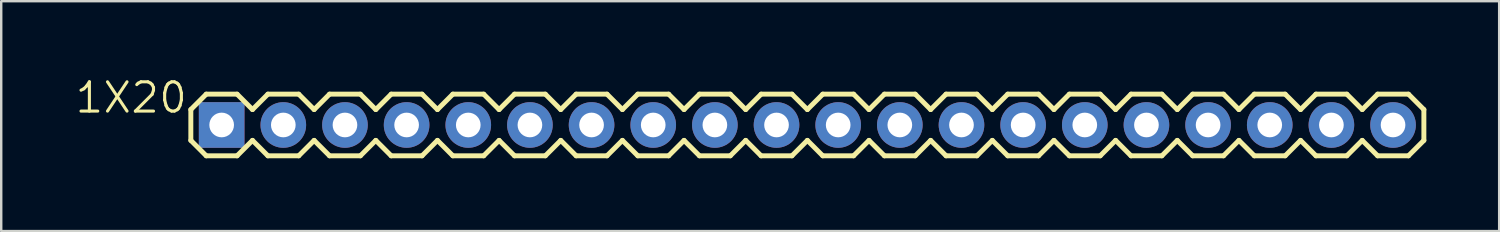
<source format=kicad_pcb>
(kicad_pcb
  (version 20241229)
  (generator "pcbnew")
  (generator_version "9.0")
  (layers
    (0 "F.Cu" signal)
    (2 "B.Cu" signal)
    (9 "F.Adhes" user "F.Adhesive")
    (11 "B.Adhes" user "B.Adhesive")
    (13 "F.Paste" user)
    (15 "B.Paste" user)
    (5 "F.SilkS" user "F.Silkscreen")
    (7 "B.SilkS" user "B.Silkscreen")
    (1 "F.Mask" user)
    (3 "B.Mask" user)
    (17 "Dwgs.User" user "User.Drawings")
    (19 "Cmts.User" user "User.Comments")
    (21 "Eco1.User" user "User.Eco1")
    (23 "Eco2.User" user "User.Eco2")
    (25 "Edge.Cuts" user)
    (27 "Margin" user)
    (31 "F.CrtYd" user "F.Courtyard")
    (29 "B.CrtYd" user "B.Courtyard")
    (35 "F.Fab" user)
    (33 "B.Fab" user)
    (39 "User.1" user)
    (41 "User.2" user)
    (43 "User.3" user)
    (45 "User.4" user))
  (footprint "1X20"
    (layer "F.Cu")
    (at 6.082 2.099)
    (property "Reference" "1X20" (at -1.346 -1.829 0) (layer "F.SilkS") (effects (font (size 1.206 1.206) (thickness 0.127)) (justify right top)))
    (attr through_hole)
    (fp_line (start -1.27 -0.635) (end -1.27 0.635) (stroke (width 0.203) (type solid)) (layer "F.SilkS"))
    (fp_line (start -1.27 0.635) (end -0.635 1.27) (stroke (width 0.203) (type solid)) (layer "F.SilkS"))
    (fp_line (start -0.635 -1.27) (end -1.27 -0.635) (stroke (width 0.203) (type solid)) (layer "F.SilkS"))
    (fp_line (start -0.635 -1.27) (end 0.635 -1.27) (stroke (width 0.203) (type solid)) (layer "F.SilkS"))
    (fp_line (start 0.635 -1.27) (end 1.27 -0.635) (stroke (width 0.203) (type solid)) (layer "F.SilkS"))
    (fp_line (start 0.635 1.27) (end -0.635 1.27) (stroke (width 0.203) (type solid)) (layer "F.SilkS"))
    (fp_line (start 1.27 -0.635) (end 1.905 -1.27) (stroke (width 0.203) (type solid)) (layer "F.SilkS"))
    (fp_line (start 1.27 0.635) (end 0.635 1.27) (stroke (width 0.203) (type solid)) (layer "F.SilkS"))
    (fp_line (start 1.905 -1.27) (end 3.175 -1.27) (stroke (width 0.203) (type solid)) (layer "F.SilkS"))
    (fp_line (start 1.905 1.27) (end 1.27 0.635) (stroke (width 0.203) (type solid)) (layer "F.SilkS"))
    (fp_line (start 3.175 -1.27) (end 3.81 -0.635) (stroke (width 0.203) (type solid)) (layer "F.SilkS"))
    (fp_line (start 3.175 1.27) (end 1.905 1.27) (stroke (width 0.203) (type solid)) (layer "F.SilkS"))
    (fp_line (start 3.81 -0.635) (end 4.445 -1.27) (stroke (width 0.203) (type solid)) (layer "F.SilkS"))
    (fp_line (start 3.81 0.635) (end 3.175 1.27) (stroke (width 0.203) (type solid)) (layer "F.SilkS"))
    (fp_line (start 4.445 -1.27) (end 5.715 -1.27) (stroke (width 0.203) (type solid)) (layer "F.SilkS"))
    (fp_line (start 4.445 1.27) (end 3.81 0.635) (stroke (width 0.203) (type solid)) (layer "F.SilkS"))
    (fp_line (start 5.715 -1.27) (end 6.35 -0.635) (stroke (width 0.203) (type solid)) (layer "F.SilkS"))
    (fp_line (start 5.715 1.27) (end 4.445 1.27) (stroke (width 0.203) (type solid)) (layer "F.SilkS"))
    (fp_line (start 6.35 0.635) (end 5.715 1.27) (stroke (width 0.203) (type solid)) (layer "F.SilkS"))
    (fp_line (start 6.35 0.635) (end 6.985 1.27) (stroke (width 0.203) (type solid)) (layer "F.SilkS"))
    (fp_line (start 6.985 -1.27) (end 6.35 -0.635) (stroke (width 0.203) (type solid)) (layer "F.SilkS"))
    (fp_line (start 6.985 -1.27) (end 8.255 -1.27) (stroke (width 0.203) (type solid)) (layer "F.SilkS"))
    (fp_line (start 8.255 -1.27) (end 8.89 -0.635) (stroke (width 0.203) (type solid)) (layer "F.SilkS"))
    (fp_line (start 8.255 1.27) (end 6.985 1.27) (stroke (width 0.203) (type solid)) (layer "F.SilkS"))
    (fp_line (start 8.89 -0.635) (end 9.525 -1.27) (stroke (width 0.203) (type solid)) (layer "F.SilkS"))
    (fp_line (start 8.89 0.635) (end 8.255 1.27) (stroke (width 0.203) (type solid)) (layer "F.SilkS"))
    (fp_line (start 9.525 -1.27) (end 10.795 -1.27) (stroke (width 0.203) (type solid)) (layer "F.SilkS"))
    (fp_line (start 9.525 1.27) (end 8.89 0.635) (stroke (width 0.203) (type solid)) (layer "F.SilkS"))
    (fp_line (start 10.795 -1.27) (end 11.43 -0.635) (stroke (width 0.203) (type solid)) (layer "F.SilkS"))
    (fp_line (start 10.795 1.27) (end 9.525 1.27) (stroke (width 0.203) (type solid)) (layer "F.SilkS"))
    (fp_line (start 11.43 -0.635) (end 12.065 -1.27) (stroke (width 0.203) (type solid)) (layer "F.SilkS"))
    (fp_line (start 11.43 0.635) (end 10.795 1.27) (stroke (width 0.203) (type solid)) (layer "F.SilkS"))
    (fp_line (start 12.065 -1.27) (end 13.335 -1.27) (stroke (width 0.203) (type solid)) (layer "F.SilkS"))
    (fp_line (start 12.065 1.27) (end 11.43 0.635) (stroke (width 0.203) (type solid)) (layer "F.SilkS"))
    (fp_line (start 13.335 -1.27) (end 13.97 -0.635) (stroke (width 0.203) (type solid)) (layer "F.SilkS"))
    (fp_line (start 13.335 1.27) (end 12.065 1.27) (stroke (width 0.203) (type solid)) (layer "F.SilkS"))
    (fp_line (start 13.97 0.635) (end 13.335 1.27) (stroke (width 0.203) (type solid)) (layer "F.SilkS"))
    (fp_line (start 13.97 0.635) (end 14.605 1.27) (stroke (width 0.203) (type solid)) (layer "F.SilkS"))
    (fp_line (start 14.605 -1.27) (end 13.97 -0.635) (stroke (width 0.203) (type solid)) (layer "F.SilkS"))
    (fp_line (start 14.605 -1.27) (end 15.875 -1.27) (stroke (width 0.203) (type solid)) (layer "F.SilkS"))
    (fp_line (start 15.875 -1.27) (end 16.51 -0.635) (stroke (width 0.203) (type solid)) (layer "F.SilkS"))
    (fp_line (start 15.875 1.27) (end 14.605 1.27) (stroke (width 0.203) (type solid)) (layer "F.SilkS"))
    (fp_line (start 16.51 0.635) (end 15.875 1.27) (stroke (width 0.203) (type solid)) (layer "F.SilkS"))
    (fp_line (start 16.51 0.635) (end 17.145 1.27) (stroke (width 0.203) (type solid)) (layer "F.SilkS"))
    (fp_line (start 17.145 -1.27) (end 16.51 -0.635) (stroke (width 0.203) (type solid)) (layer "F.SilkS"))
    (fp_line (start 17.145 -1.27) (end 18.415 -1.27) (stroke (width 0.203) (type solid)) (layer "F.SilkS"))
    (fp_line (start 18.415 -1.27) (end 19.05 -0.635) (stroke (width 0.203) (type solid)) (layer "F.SilkS"))
    (fp_line (start 18.415 1.27) (end 17.145 1.27) (stroke (width 0.203) (type solid)) (layer "F.SilkS"))
    (fp_line (start 19.05 -0.635) (end 19.685 -1.27) (stroke (width 0.203) (type solid)) (layer "F.SilkS"))
    (fp_line (start 19.05 0.635) (end 18.415 1.27) (stroke (width 0.203) (type solid)) (layer "F.SilkS"))
    (fp_line (start 19.685 -1.27) (end 20.955 -1.27) (stroke (width 0.203) (type solid)) (layer "F.SilkS"))
    (fp_line (start 19.685 1.27) (end 19.05 0.635) (stroke (width 0.203) (type solid)) (layer "F.SilkS"))
    (fp_line (start 20.955 -1.27) (end 21.59 -0.635) (stroke (width 0.203) (type solid)) (layer "F.SilkS"))
    (fp_line (start 20.955 1.27) (end 19.685 1.27) (stroke (width 0.203) (type solid)) (layer "F.SilkS"))
    (fp_line (start 21.59 -0.635) (end 22.225 -1.27) (stroke (width 0.203) (type solid)) (layer "F.SilkS"))
    (fp_line (start 21.59 0.635) (end 20.955 1.27) (stroke (width 0.203) (type solid)) (layer "F.SilkS"))
    (fp_line (start 22.225 -1.27) (end 23.495 -1.27) (stroke (width 0.203) (type solid)) (layer "F.SilkS"))
    (fp_line (start 22.225 1.27) (end 21.59 0.635) (stroke (width 0.203) (type solid)) (layer "F.SilkS"))
    (fp_line (start 23.495 -1.27) (end 24.13 -0.635) (stroke (width 0.203) (type solid)) (layer "F.SilkS"))
    (fp_line (start 23.495 1.27) (end 22.225 1.27) (stroke (width 0.203) (type solid)) (layer "F.SilkS"))
    (fp_line (start 24.13 0.635) (end 23.495 1.27) (stroke (width 0.203) (type solid)) (layer "F.SilkS"))
    (fp_line (start 24.13 0.635) (end 24.765 1.27) (stroke (width 0.203) (type solid)) (layer "F.SilkS"))
    (fp_line (start 24.765 -1.27) (end 24.13 -0.635) (stroke (width 0.203) (type solid)) (layer "F.SilkS"))
    (fp_line (start 24.765 -1.27) (end 26.035 -1.27) (stroke (width 0.203) (type solid)) (layer "F.SilkS"))
    (fp_line (start 26.035 -1.27) (end 26.67 -0.635) (stroke (width 0.203) (type solid)) (layer "F.SilkS"))
    (fp_line (start 26.035 1.27) (end 24.765 1.27) (stroke (width 0.203) (type solid)) (layer "F.SilkS"))
    (fp_line (start 26.67 -0.635) (end 27.305 -1.27) (stroke (width 0.203) (type solid)) (layer "F.SilkS"))
    (fp_line (start 26.67 0.635) (end 26.035 1.27) (stroke (width 0.203) (type solid)) (layer "F.SilkS"))
    (fp_line (start 27.305 -1.27) (end 28.575 -1.27) (stroke (width 0.203) (type solid)) (layer "F.SilkS"))
    (fp_line (start 27.305 1.27) (end 26.67 0.635) (stroke (width 0.203) (type solid)) (layer "F.SilkS"))
    (fp_line (start 28.575 -1.27) (end 29.21 -0.635) (stroke (width 0.203) (type solid)) (layer "F.SilkS"))
    (fp_line (start 28.575 1.27) (end 27.305 1.27) (stroke (width 0.203) (type solid)) (layer "F.SilkS"))
    (fp_line (start 29.21 -0.635) (end 29.845 -1.27) (stroke (width 0.203) (type solid)) (layer "F.SilkS"))
    (fp_line (start 29.21 0.635) (end 28.575 1.27) (stroke (width 0.203) (type solid)) (layer "F.SilkS"))
    (fp_line (start 29.845 -1.27) (end 31.115 -1.27) (stroke (width 0.203) (type solid)) (layer "F.SilkS"))
    (fp_line (start 29.845 1.27) (end 29.21 0.635) (stroke (width 0.203) (type solid)) (layer "F.SilkS"))
    (fp_line (start 31.115 -1.27) (end 31.75 -0.635) (stroke (width 0.203) (type solid)) (layer "F.SilkS"))
    (fp_line (start 31.115 1.27) (end 29.845 1.27) (stroke (width 0.203) (type solid)) (layer "F.SilkS"))
    (fp_line (start 31.75 0.635) (end 31.115 1.27) (stroke (width 0.203) (type solid)) (layer "F.SilkS"))
    (fp_line (start 31.75 0.635) (end 32.385 1.27) (stroke (width 0.203) (type solid)) (layer "F.SilkS"))
    (fp_line (start 32.385 -1.27) (end 31.75 -0.635) (stroke (width 0.203) (type solid)) (layer "F.SilkS"))
    (fp_line (start 32.385 -1.27) (end 33.655 -1.27) (stroke (width 0.203) (type solid)) (layer "F.SilkS"))
    (fp_line (start 33.655 -1.27) (end 34.29 -0.635) (stroke (width 0.203) (type solid)) (layer "F.SilkS"))
    (fp_line (start 33.655 1.27) (end 32.385 1.27) (stroke (width 0.203) (type solid)) (layer "F.SilkS"))
    (fp_line (start 34.29 0.635) (end 33.655 1.27) (stroke (width 0.203) (type solid)) (layer "F.SilkS"))
    (fp_line (start 34.29 0.635) (end 34.925 1.27) (stroke (width 0.203) (type solid)) (layer "F.SilkS"))
    (fp_line (start 34.925 -1.27) (end 34.29 -0.635) (stroke (width 0.203) (type solid)) (layer "F.SilkS"))
    (fp_line (start 34.925 -1.27) (end 36.195 -1.27) (stroke (width 0.203) (type solid)) (layer "F.SilkS"))
    (fp_line (start 36.195 -1.27) (end 36.83 -0.635) (stroke (width 0.203) (type solid)) (layer "F.SilkS"))
    (fp_line (start 36.195 1.27) (end 34.925 1.27) (stroke (width 0.203) (type solid)) (layer "F.SilkS"))
    (fp_line (start 36.83 0.635) (end 36.195 1.27) (stroke (width 0.203) (type solid)) (layer "F.SilkS"))
    (fp_line (start 36.83 0.635) (end 37.465 1.27) (stroke (width 0.203) (type solid)) (layer "F.SilkS"))
    (fp_line (start 37.465 -1.27) (end 36.83 -0.635) (stroke (width 0.203) (type solid)) (layer "F.SilkS"))
    (fp_line (start 37.465 -1.27) (end 38.735 -1.27) (stroke (width 0.203) (type solid)) (layer "F.SilkS"))
    (fp_line (start 38.735 -1.27) (end 39.37 -0.635) (stroke (width 0.203) (type solid)) (layer "F.SilkS"))
    (fp_line (start 38.735 1.27) (end 37.465 1.27) (stroke (width 0.203) (type solid)) (layer "F.SilkS"))
    (fp_line (start 39.37 0.635) (end 38.735 1.27) (stroke (width 0.203) (type solid)) (layer "F.SilkS"))
    (fp_line (start 39.37 0.635) (end 40.005 1.27) (stroke (width 0.203) (type solid)) (layer "F.SilkS"))
    (fp_line (start 40.005 -1.27) (end 39.37 -0.635) (stroke (width 0.203) (type solid)) (layer "F.SilkS"))
    (fp_line (start 40.005 -1.27) (end 41.275 -1.27) (stroke (width 0.203) (type solid)) (layer "F.SilkS"))
    (fp_line (start 41.275 -1.27) (end 41.91 -0.635) (stroke (width 0.203) (type solid)) (layer "F.SilkS"))
    (fp_line (start 41.275 1.27) (end 40.005 1.27) (stroke (width 0.203) (type solid)) (layer "F.SilkS"))
    (fp_line (start 41.91 0.635) (end 41.275 1.27) (stroke (width 0.203) (type solid)) (layer "F.SilkS"))
    (fp_line (start 41.91 0.635) (end 42.545 1.27) (stroke (width 0.203) (type solid)) (layer "F.SilkS"))
    (fp_line (start 42.545 -1.27) (end 41.91 -0.635) (stroke (width 0.203) (type solid)) (layer "F.SilkS"))
    (fp_line (start 42.545 -1.27) (end 43.815 -1.27) (stroke (width 0.203) (type solid)) (layer "F.SilkS"))
    (fp_line (start 43.815 -1.27) (end 44.45 -0.635) (stroke (width 0.203) (type solid)) (layer "F.SilkS"))
    (fp_line (start 43.815 1.27) (end 42.545 1.27) (stroke (width 0.203) (type solid)) (layer "F.SilkS"))
    (fp_line (start 44.45 0.635) (end 43.815 1.27) (stroke (width 0.203) (type solid)) (layer "F.SilkS"))
    (fp_line (start 44.45 0.635) (end 45.085 1.27) (stroke (width 0.203) (type solid)) (layer "F.SilkS"))
    (fp_line (start 45.085 -1.27) (end 44.45 -0.635) (stroke (width 0.203) (type solid)) (layer "F.SilkS"))
    (fp_line (start 45.085 -1.27) (end 46.355 -1.27) (stroke (width 0.203) (type solid)) (layer "F.SilkS"))
    (fp_line (start 46.355 -1.27) (end 46.99 -0.635) (stroke (width 0.203) (type solid)) (layer "F.SilkS"))
    (fp_line (start 46.355 1.27) (end 45.085 1.27) (stroke (width 0.203) (type solid)) (layer "F.SilkS"))
    (fp_line (start 46.99 0.635) (end 46.355 1.27) (stroke (width 0.203) (type solid)) (layer "F.SilkS"))
    (fp_line (start 46.99 0.635) (end 47.625 1.27) (stroke (width 0.203) (type solid)) (layer "F.SilkS"))
    (fp_line (start 47.625 -1.27) (end 46.99 -0.635) (stroke (width 0.203) (type solid)) (layer "F.SilkS"))
    (fp_line (start 47.625 -1.27) (end 48.895 -1.27) (stroke (width 0.203) (type solid)) (layer "F.SilkS"))
    (fp_line (start 48.895 -1.27) (end 49.53 -0.635) (stroke (width 0.203) (type solid)) (layer "F.SilkS"))
    (fp_line (start 48.895 1.27) (end 47.625 1.27) (stroke (width 0.203) (type solid)) (layer "F.SilkS"))
    (fp_line (start 49.53 -0.635) (end 49.53 0.635) (stroke (width 0.203) (type solid)) (layer "F.SilkS"))
    (fp_line (start 49.53 0.635) (end 48.895 1.27) (stroke (width 0.203) (type solid)) (layer "F.SilkS"))
    (fp_poly (pts (xy -0.254 0.254) (xy 0.254 0.254) (xy 0.254 -0.254) (xy -0.254 -0.254)) (stroke (width 0.1) (type solid)) (fill no) (layer "F.Fab"))
    (fp_poly (pts (xy 2.286 0.254) (xy 2.794 0.254) (xy 2.794 -0.254) (xy 2.286 -0.254)) (stroke (width 0.1) (type solid)) (fill no) (layer "F.Fab"))
    (fp_poly (pts (xy 4.826 0.254) (xy 5.334 0.254) (xy 5.334 -0.254) (xy 4.826 -0.254)) (stroke (width 0.1) (type solid)) (fill no) (layer "F.Fab"))
    (fp_poly (pts (xy 7.366 0.254) (xy 7.874 0.254) (xy 7.874 -0.254) (xy 7.366 -0.254)) (stroke (width 0.1) (type solid)) (fill no) (layer "F.Fab"))
    (fp_poly (pts (xy 9.906 0.254) (xy 10.414 0.254) (xy 10.414 -0.254) (xy 9.906 -0.254)) (stroke (width 0.1) (type solid)) (fill no) (layer "F.Fab"))
    (fp_poly (pts (xy 12.446 0.254) (xy 12.954 0.254) (xy 12.954 -0.254) (xy 12.446 -0.254)) (stroke (width 0.1) (type solid)) (fill no) (layer "F.Fab"))
    (fp_poly (pts (xy 14.986 0.254) (xy 15.494 0.254) (xy 15.494 -0.254) (xy 14.986 -0.254)) (stroke (width 0.1) (type solid)) (fill no) (layer "F.Fab"))
    (fp_poly (pts (xy 17.526 0.254) (xy 18.034 0.254) (xy 18.034 -0.254) (xy 17.526 -0.254)) (stroke (width 0.1) (type solid)) (fill no) (layer "F.Fab"))
    (fp_poly (pts (xy 20.066 0.254) (xy 20.574 0.254) (xy 20.574 -0.254) (xy 20.066 -0.254)) (stroke (width 0.1) (type solid)) (fill no) (layer "F.Fab"))
    (fp_poly (pts (xy 22.606 0.254) (xy 23.114 0.254) (xy 23.114 -0.254) (xy 22.606 -0.254)) (stroke (width 0.1) (type solid)) (fill no) (layer "F.Fab"))
    (fp_poly (pts (xy 25.146 0.254) (xy 25.654 0.254) (xy 25.654 -0.254) (xy 25.146 -0.254)) (stroke (width 0.1) (type solid)) (fill no) (layer "F.Fab"))
    (fp_poly (pts (xy 27.686 0.254) (xy 28.194 0.254) (xy 28.194 -0.254) (xy 27.686 -0.254)) (stroke (width 0.1) (type solid)) (fill no) (layer "F.Fab"))
    (fp_poly (pts (xy 30.226 0.254) (xy 30.734 0.254) (xy 30.734 -0.254) (xy 30.226 -0.254)) (stroke (width 0.1) (type solid)) (fill no) (layer "F.Fab"))
    (fp_poly (pts (xy 32.766 0.254) (xy 33.274 0.254) (xy 33.274 -0.254) (xy 32.766 -0.254)) (stroke (width 0.1) (type solid)) (fill no) (layer "F.Fab"))
    (fp_poly (pts (xy 35.306 0.254) (xy 35.814 0.254) (xy 35.814 -0.254) (xy 35.306 -0.254)) (stroke (width 0.1) (type solid)) (fill no) (layer "F.Fab"))
    (fp_poly (pts (xy 37.846 0.254) (xy 38.354 0.254) (xy 38.354 -0.254) (xy 37.846 -0.254)) (stroke (width 0.1) (type solid)) (fill no) (layer "F.Fab"))
    (fp_poly (pts (xy 40.386 0.254) (xy 40.894 0.254) (xy 40.894 -0.254) (xy 40.386 -0.254)) (stroke (width 0.1) (type solid)) (fill no) (layer "F.Fab"))
    (fp_poly (pts (xy 42.926 0.254) (xy 43.434 0.254) (xy 43.434 -0.254) (xy 42.926 -0.254)) (stroke (width 0.1) (type solid)) (fill no) (layer "F.Fab"))
    (fp_poly (pts (xy 45.466 0.254) (xy 45.974 0.254) (xy 45.974 -0.254) (xy 45.466 -0.254)) (stroke (width 0.1) (type solid)) (fill no) (layer "F.Fab"))
    (fp_poly (pts (xy 48.006 0.254) (xy 48.514 0.254) (xy 48.514 -0.254) (xy 48.006 -0.254)) (stroke (width 0.1) (type solid)) (fill no) (layer "F.Fab"))
    (pad "1" thru_hole rect (at 0 0 90) (size 1.88 1.88) (drill 1.016) (layers "*.Cu" "*.Mask"))
    (pad "2" thru_hole circle (at 2.54 0 90) (size 1.88 1.88) (drill 1.016) (layers "*.Cu" "*.Mask"))
    (pad "3" thru_hole circle (at 5.08 0 90) (size 1.88 1.88) (drill 1.016) (layers "*.Cu" "*.Mask"))
    (pad "4" thru_hole circle (at 7.62 0 90) (size 1.88 1.88) (drill 1.016) (layers "*.Cu" "*.Mask"))
    (pad "5" thru_hole circle (at 10.16 0 90) (size 1.88 1.88) (drill 1.016) (layers "*.Cu" "*.Mask"))
    (pad "6" thru_hole circle (at 12.7 0 90) (size 1.88 1.88) (drill 1.016) (layers "*.Cu" "*.Mask"))
    (pad "7" thru_hole circle (at 15.24 0 90) (size 1.88 1.88) (drill 1.016) (layers "*.Cu" "*.Mask"))
    (pad "8" thru_hole circle (at 17.78 0 90) (size 1.88 1.88) (drill 1.016) (layers "*.Cu" "*.Mask"))
    (pad "9" thru_hole circle (at 20.32 0 90) (size 1.88 1.88) (drill 1.016) (layers "*.Cu" "*.Mask"))
    (pad "10" thru_hole circle (at 22.86 0 90) (size 1.88 1.88) (drill 1.016) (layers "*.Cu" "*.Mask"))
    (pad "11" thru_hole circle (at 25.4 0 90) (size 1.88 1.88) (drill 1.016) (layers "*.Cu" "*.Mask"))
    (pad "12" thru_hole circle (at 27.94 0 90) (size 1.88 1.88) (drill 1.016) (layers "*.Cu" "*.Mask"))
    (pad "13" thru_hole circle (at 30.48 0 90) (size 1.88 1.88) (drill 1.016) (layers "*.Cu" "*.Mask"))
    (pad "14" thru_hole circle (at 33.02 0 90) (size 1.88 1.88) (drill 1.016) (layers "*.Cu" "*.Mask"))
    (pad "15" thru_hole circle (at 35.56 0 90) (size 1.88 1.88) (drill 1.016) (layers "*.Cu" "*.Mask"))
    (pad "16" thru_hole circle (at 38.1 0 90) (size 1.88 1.88) (drill 1.016) (layers "*.Cu" "*.Mask"))
    (pad "17" thru_hole circle (at 40.64 0 90) (size 1.88 1.88) (drill 1.016) (layers "*.Cu" "*.Mask"))
    (pad "18" thru_hole circle (at 43.18 0 90) (size 1.88 1.88) (drill 1.016) (layers "*.Cu" "*.Mask"))
    (pad "19" thru_hole circle (at 45.72 0 90) (size 1.88 1.88) (drill 1.016) (layers "*.Cu" "*.Mask"))
    (pad "20" thru_hole circle (at 48.26 0 90) (size 1.88 1.88) (drill 1.016) (layers "*.Cu" "*.Mask")))
  (gr_rect
    (start -3 -3)
    (end 58.714 6.47)
    (stroke (width 0.1) (type default))
    (fill no)
    (layer "Edge.Cuts")))
</source>
